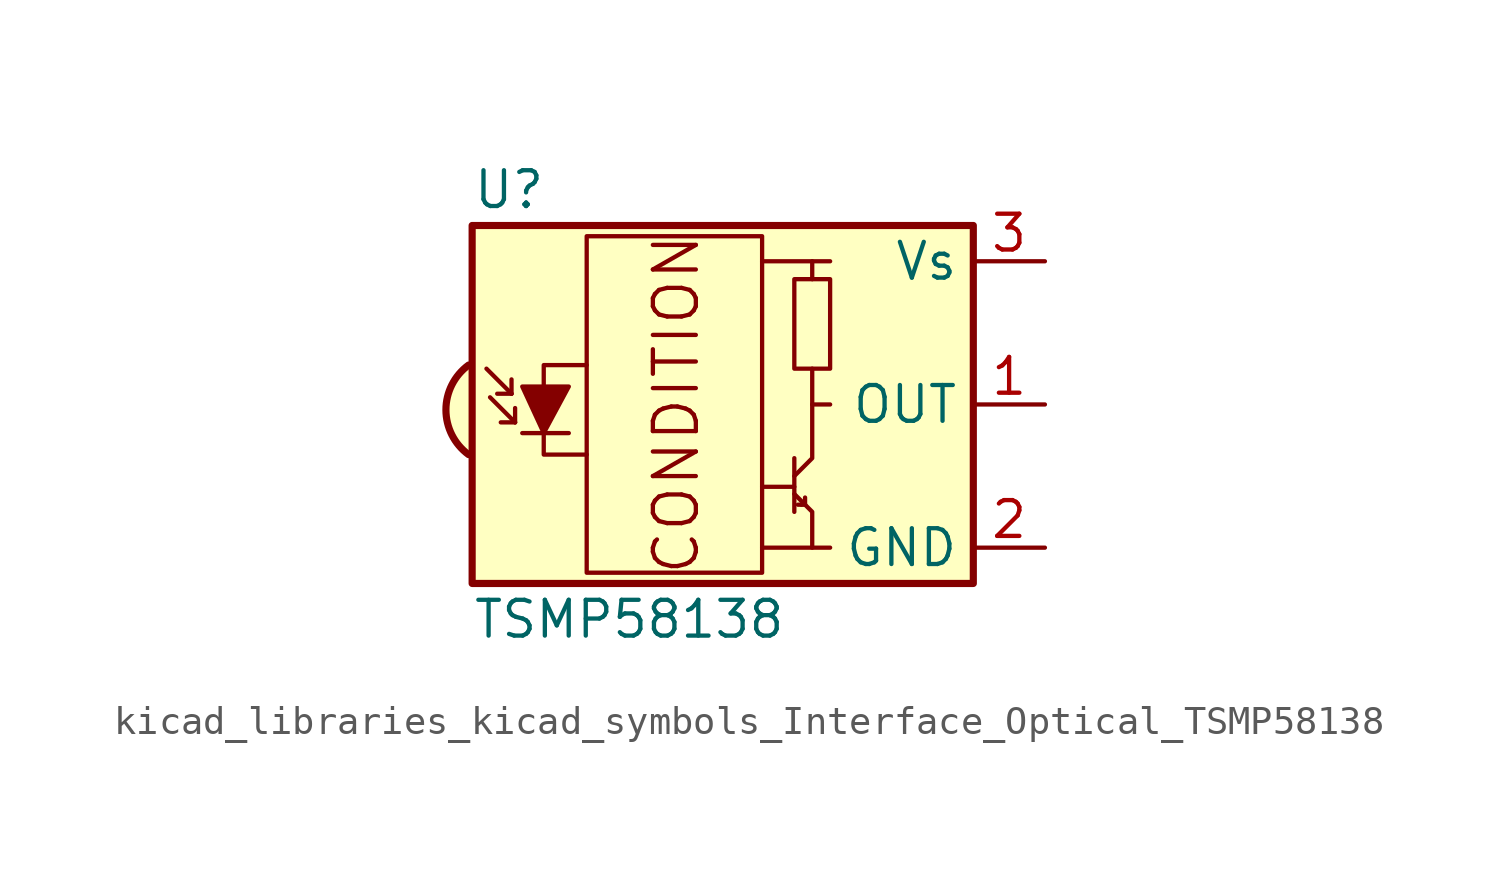
<source format=kicad_sym>
(kicad_symbol_lib
  (version 20220914)
  (generator kicad_symbol_editor)
  (symbol "kicad_libraries_kicad_symbols_Interface_Optical_TSMP58138"
    (property "Reference" "U"
      (at -10.16 7.62 0)
      (effects (font (size 1.27 1.27)) (justify left)))
    (property "Value" "TSMP58138"
      (at -10.16 -7.62 0)
      (effects (font (size 1.27 1.27)) (justify left)))
    (symbol "kicad_libraries_kicad_symbols_Interface_Optical_TSMP58138_0_0"
      (arc (start -10.287 1.397) (mid -11.0899 -0.1852) (end -10.287 -1.778) (stroke (width 0.254) (type default)) (fill (type background)))
      (polyline (pts (xy 1.905 -5.08) (xy 0.127 -5.08)) (stroke (width 0) (type default)) (fill (type none)))
      (polyline (pts (xy 1.905 5.08) (xy 0.127 5.08)) (stroke (width 0) (type default)) (fill (type none)))
      (text "CONDITION" (at -2.921 0 900) (effects (font (size 1.524 1.524)))))
    (symbol "kicad_libraries_kicad_symbols_Interface_Optical_TSMP58138_0_1"
      (rectangle (start -6.096 5.969) (end 0.127 -5.969) (stroke (width 0) (type default)) (fill (type none)))
      (polyline (pts (xy -8.763 0.381) (xy -9.652 1.27)) (stroke (width 0) (type default)) (fill (type none)))
      (polyline (pts (xy -8.763 0.381) (xy -9.271 0.381)) (stroke (width 0) (type default)) (fill (type none)))
      (polyline (pts (xy -8.763 0.381) (xy -8.763 0.889)) (stroke (width 0) (type default)) (fill (type none)))
      (polyline (pts (xy -8.636 -0.635) (xy -9.525 0.254)) (stroke (width 0) (type default)) (fill (type none)))
      (polyline (pts (xy -8.636 -0.635) (xy -9.144 -0.635)) (stroke (width 0) (type default)) (fill (type none)))
      (polyline (pts (xy -8.636 -0.635) (xy -8.636 -0.127)) (stroke (width 0) (type default)) (fill (type none)))
      (polyline (pts (xy -8.382 -1.016) (xy -6.731 -1.016)) (stroke (width 0) (type default)) (fill (type none)))
      (polyline (pts (xy 1.27 -2.921) (xy 0.127 -2.921)) (stroke (width 0) (type default)) (fill (type none)))
      (polyline (pts (xy 1.27 -1.905) (xy 1.27 -3.81)) (stroke (width 0) (type default)) (fill (type none)))
      (polyline (pts (xy 1.397 -3.556) (xy 1.524 -3.556)) (stroke (width 0) (type default)) (fill (type none)))
      (polyline (pts (xy 1.651 -3.556) (xy 1.524 -3.556)) (stroke (width 0) (type default)) (fill (type none)))
      (polyline (pts (xy 1.651 -3.556) (xy 1.651 -3.302)) (stroke (width 0) (type default)) (fill (type none)))
      (polyline (pts (xy 1.905 0) (xy 1.905 1.27)) (stroke (width 0) (type default)) (fill (type none)))
      (polyline (pts (xy 1.905 4.445) (xy 1.905 5.08) (xy 2.54 5.08)) (stroke (width 0) (type default)) (fill (type none)))
      (polyline (pts (xy -8.382 0.635) (xy -6.731 0.635) (xy -7.62 -1.016) (xy -8.382 0.635)) (stroke (width 0) (type default)) (fill (type outline)))
      (polyline (pts (xy -6.096 1.397) (xy -7.62 1.397) (xy -7.62 -1.778) (xy -6.096 -1.778)) (stroke (width 0) (type default)) (fill (type none)))
      (polyline (pts (xy 1.27 -3.175) (xy 1.905 -3.81) (xy 1.905 -5.08) (xy 2.54 -5.08)) (stroke (width 0) (type default)) (fill (type none)))
      (polyline (pts (xy 1.27 -2.54) (xy 1.905 -1.905) (xy 1.905 0) (xy 2.54 0)) (stroke (width 0) (type default)) (fill (type none)))
      (rectangle (start 2.54 1.27) (end 1.27 4.445) (stroke (width 0) (type default)) (fill (type none)))
      (rectangle (start 7.62 6.35) (end -10.16 -6.35) (stroke (width 0.254) (type default)) (fill (type background))))
    (symbol "kicad_libraries_kicad_symbols_Interface_Optical_TSMP58138_1_1"
      (pin output line (at 10.16 0 180) (length 2.54) (name "OUT" (effects (font (size 1.27 1.27)))) (number "1" (effects (font (size 1.27 1.27)))))
      (pin power_in line (at 10.16 -5.08 180) (length 2.54) (name "GND" (effects (font (size 1.27 1.27)))) (number "2" (effects (font (size 1.27 1.27)))))
      (pin power_in line (at 10.16 5.08 180) (length 2.54) (name "Vs" (effects (font (size 1.27 1.27)))) (number "3" (effects (font (size 1.27 1.27))))))))
</source>
